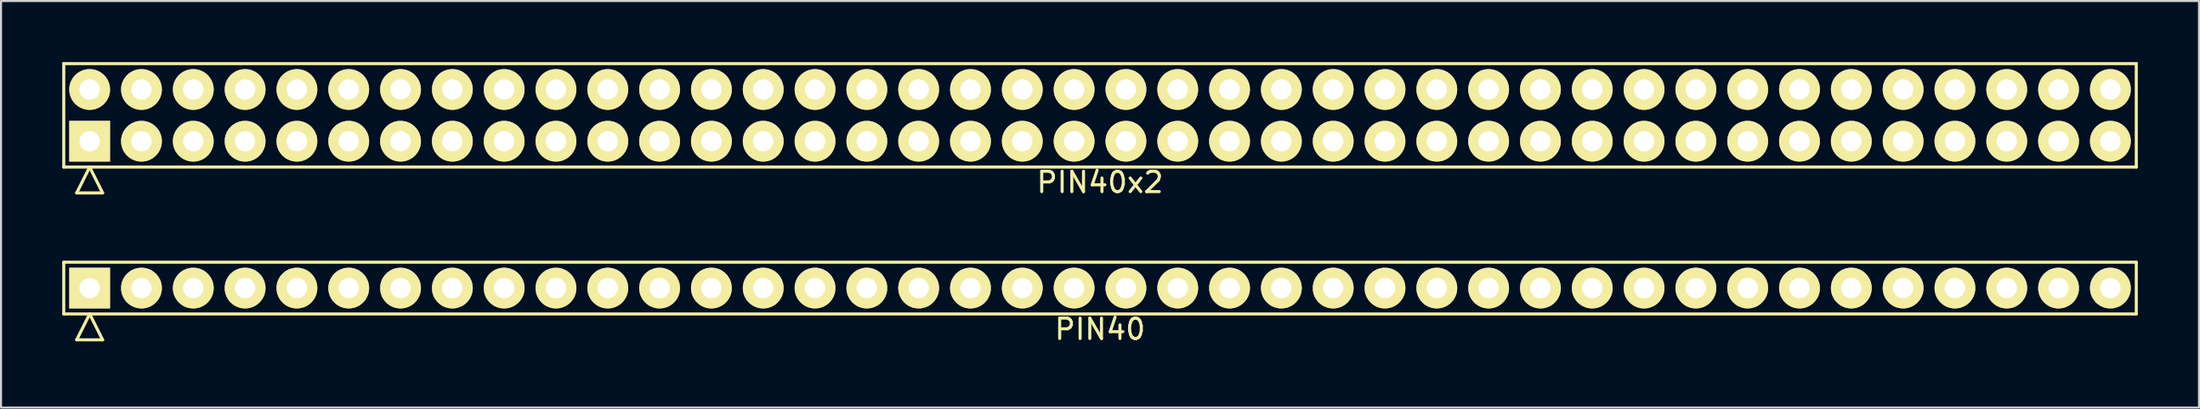
<source format=kicad_pcb>
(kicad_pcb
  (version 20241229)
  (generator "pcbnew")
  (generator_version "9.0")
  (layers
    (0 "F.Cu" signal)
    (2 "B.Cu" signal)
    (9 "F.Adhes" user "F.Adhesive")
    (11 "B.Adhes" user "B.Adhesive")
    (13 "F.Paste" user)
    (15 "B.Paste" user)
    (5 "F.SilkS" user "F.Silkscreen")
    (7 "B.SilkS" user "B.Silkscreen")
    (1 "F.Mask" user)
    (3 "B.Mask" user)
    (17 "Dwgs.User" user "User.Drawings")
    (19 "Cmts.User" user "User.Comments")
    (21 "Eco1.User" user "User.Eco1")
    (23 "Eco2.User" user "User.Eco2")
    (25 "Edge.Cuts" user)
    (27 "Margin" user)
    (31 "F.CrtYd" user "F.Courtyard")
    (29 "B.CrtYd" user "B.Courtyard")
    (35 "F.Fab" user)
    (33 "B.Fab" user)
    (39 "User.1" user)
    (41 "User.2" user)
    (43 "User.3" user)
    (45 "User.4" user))
  (footprint "PIN40x2"
    (layer "F.Cu")
    (at 50.875 2.615)
    (property "Reference" "PIN40x2" (at 0 3.29 0) (layer "F.SilkS") (effects (font (size 1 1) (thickness 0.15))))
    (attr through_hole)
    (fp_line (start -50.8 -2.54) (end -50.8 2.54) (stroke (width 0.15) (type solid)) (layer "F.SilkS"))
    (fp_line (start -50.8 2.54) (end 50.8 2.54) (stroke (width 0.15) (type solid)) (layer "F.SilkS"))
    (fp_line (start -50.165 3.81) (end -49.53 2.54) (stroke (width 0.15) (type solid)) (layer "F.SilkS"))
    (fp_line (start -50.165 3.81) (end -48.895 3.81) (stroke (width 0.15) (type solid)) (layer "F.SilkS"))
    (fp_line (start -48.895 3.81) (end -49.53 2.54) (stroke (width 0.15) (type solid)) (layer "F.SilkS"))
    (fp_line (start 50.8 -2.54) (end -50.8 -2.54) (stroke (width 0.15) (type solid)) (layer "F.SilkS"))
    (fp_line (start 50.8 2.54) (end 50.8 -2.54) (stroke (width 0.15) (type solid)) (layer "F.SilkS"))
    (pad "1" thru_hole rect (at -49.53 1.27) (size 2 2) (drill 1) (layers "*.Cu" "*.Mask" "F.SilkS"))
    (pad "2" thru_hole oval (at -49.53 -1.27) (size 2 2) (drill 1) (layers "*.Cu" "*.Mask" "F.SilkS"))
    (pad "3" thru_hole oval (at -46.99 1.27) (size 2 2) (drill 1) (layers "*.Cu" "*.Mask" "F.SilkS"))
    (pad "4" thru_hole oval (at -46.99 -1.27) (size 2 2) (drill 1) (layers "*.Cu" "*.Mask" "F.SilkS"))
    (pad "5" thru_hole oval (at -44.45 1.27) (size 2 2) (drill 1) (layers "*.Cu" "*.Mask" "F.SilkS"))
    (pad "6" thru_hole oval (at -44.45 -1.27) (size 2 2) (drill 1) (layers "*.Cu" "*.Mask" "F.SilkS"))
    (pad "7" thru_hole oval (at -41.91 1.27) (size 2 2) (drill 1) (layers "*.Cu" "*.Mask" "F.SilkS"))
    (pad "8" thru_hole oval (at -41.91 -1.27) (size 2 2) (drill 1) (layers "*.Cu" "*.Mask" "F.SilkS"))
    (pad "9" thru_hole oval (at -39.37 1.27) (size 2 2) (drill 1) (layers "*.Cu" "*.Mask" "F.SilkS"))
    (pad "10" thru_hole oval (at -39.37 -1.27) (size 2 2) (drill 1) (layers "*.Cu" "*.Mask" "F.SilkS"))
    (pad "11" thru_hole oval (at -36.83 1.27) (size 2 2) (drill 1) (layers "*.Cu" "*.Mask" "F.SilkS"))
    (pad "12" thru_hole oval (at -36.83 -1.27) (size 2 2) (drill 1) (layers "*.Cu" "*.Mask" "F.SilkS"))
    (pad "13" thru_hole oval (at -34.29 1.27) (size 2 2) (drill 1) (layers "*.Cu" "*.Mask" "F.SilkS"))
    (pad "14" thru_hole oval (at -34.29 -1.27) (size 2 2) (drill 1) (layers "*.Cu" "*.Mask" "F.SilkS"))
    (pad "15" thru_hole oval (at -31.75 1.27) (size 2 2) (drill 1) (layers "*.Cu" "*.Mask" "F.SilkS"))
    (pad "16" thru_hole oval (at -31.75 -1.27) (size 2 2) (drill 1) (layers "*.Cu" "*.Mask" "F.SilkS"))
    (pad "17" thru_hole oval (at -29.21 1.27) (size 2 2) (drill 1) (layers "*.Cu" "*.Mask" "F.SilkS"))
    (pad "18" thru_hole oval (at -29.21 -1.27) (size 2 2) (drill 1) (layers "*.Cu" "*.Mask" "F.SilkS"))
    (pad "19" thru_hole oval (at -26.67 1.27) (size 2 2) (drill 1) (layers "*.Cu" "*.Mask" "F.SilkS"))
    (pad "20" thru_hole oval (at -26.67 -1.27) (size 2 2) (drill 1) (layers "*.Cu" "*.Mask" "F.SilkS"))
    (pad "21" thru_hole oval (at -24.13 1.27) (size 2 2) (drill 1) (layers "*.Cu" "*.Mask" "F.SilkS"))
    (pad "22" thru_hole oval (at -24.13 -1.27) (size 2 2) (drill 1) (layers "*.Cu" "*.Mask" "F.SilkS"))
    (pad "23" thru_hole oval (at -21.59 1.27) (size 2 2) (drill 1) (layers "*.Cu" "*.Mask" "F.SilkS"))
    (pad "24" thru_hole oval (at -21.59 -1.27) (size 2 2) (drill 1) (layers "*.Cu" "*.Mask" "F.SilkS"))
    (pad "25" thru_hole oval (at -19.05 1.27) (size 2 2) (drill 1) (layers "*.Cu" "*.Mask" "F.SilkS"))
    (pad "26" thru_hole oval (at -19.05 -1.27) (size 2 2) (drill 1) (layers "*.Cu" "*.Mask" "F.SilkS"))
    (pad "27" thru_hole oval (at -16.51 1.27) (size 2 2) (drill 1) (layers "*.Cu" "*.Mask" "F.SilkS"))
    (pad "28" thru_hole oval (at -16.51 -1.27) (size 2 2) (drill 1) (layers "*.Cu" "*.Mask" "F.SilkS"))
    (pad "29" thru_hole oval (at -13.97 1.27) (size 2 2) (drill 1) (layers "*.Cu" "*.Mask" "F.SilkS"))
    (pad "30" thru_hole oval (at -13.97 -1.27) (size 2 2) (drill 1) (layers "*.Cu" "*.Mask" "F.SilkS"))
    (pad "31" thru_hole oval (at -11.43 1.27) (size 2 2) (drill 1) (layers "*.Cu" "*.Mask" "F.SilkS"))
    (pad "32" thru_hole oval (at -11.43 -1.27) (size 2 2) (drill 1) (layers "*.Cu" "*.Mask" "F.SilkS"))
    (pad "33" thru_hole oval (at -8.89 1.27) (size 2 2) (drill 1) (layers "*.Cu" "*.Mask" "F.SilkS"))
    (pad "34" thru_hole oval (at -8.89 -1.27) (size 2 2) (drill 1) (layers "*.Cu" "*.Mask" "F.SilkS"))
    (pad "35" thru_hole oval (at -6.35 1.27) (size 2 2) (drill 1) (layers "*.Cu" "*.Mask" "F.SilkS"))
    (pad "36" thru_hole oval (at -6.35 -1.27) (size 2 2) (drill 1) (layers "*.Cu" "*.Mask" "F.SilkS"))
    (pad "37" thru_hole oval (at -3.81 1.27) (size 2 2) (drill 1) (layers "*.Cu" "*.Mask" "F.SilkS"))
    (pad "38" thru_hole oval (at -3.81 -1.27) (size 2 2) (drill 1) (layers "*.Cu" "*.Mask" "F.SilkS"))
    (pad "39" thru_hole oval (at -1.27 1.27) (size 2 2) (drill 1) (layers "*.Cu" "*.Mask" "F.SilkS"))
    (pad "40" thru_hole oval (at -1.27 -1.27) (size 2 2) (drill 1) (layers "*.Cu" "*.Mask" "F.SilkS"))
    (pad "41" thru_hole oval (at 1.27 1.27) (size 2 2) (drill 1) (layers "*.Cu" "*.Mask" "F.SilkS"))
    (pad "42" thru_hole oval (at 1.27 -1.27) (size 2 2) (drill 1) (layers "*.Cu" "*.Mask" "F.SilkS"))
    (pad "43" thru_hole oval (at 3.81 1.27) (size 2 2) (drill 1) (layers "*.Cu" "*.Mask" "F.SilkS"))
    (pad "44" thru_hole oval (at 3.81 -1.27) (size 2 2) (drill 1) (layers "*.Cu" "*.Mask" "F.SilkS"))
    (pad "45" thru_hole oval (at 6.35 1.27) (size 2 2) (drill 1) (layers "*.Cu" "*.Mask" "F.SilkS"))
    (pad "46" thru_hole oval (at 6.35 -1.27) (size 2 2) (drill 1) (layers "*.Cu" "*.Mask" "F.SilkS"))
    (pad "47" thru_hole oval (at 8.89 1.27) (size 2 2) (drill 1) (layers "*.Cu" "*.Mask" "F.SilkS"))
    (pad "48" thru_hole oval (at 8.89 -1.27) (size 2 2) (drill 1) (layers "*.Cu" "*.Mask" "F.SilkS"))
    (pad "49" thru_hole oval (at 11.43 1.27) (size 2 2) (drill 1) (layers "*.Cu" "*.Mask" "F.SilkS"))
    (pad "50" thru_hole oval (at 11.43 -1.27) (size 2 2) (drill 1) (layers "*.Cu" "*.Mask" "F.SilkS"))
    (pad "51" thru_hole oval (at 13.97 1.27) (size 2 2) (drill 1) (layers "*.Cu" "*.Mask" "F.SilkS"))
    (pad "52" thru_hole oval (at 13.97 -1.27) (size 2 2) (drill 1) (layers "*.Cu" "*.Mask" "F.SilkS"))
    (pad "53" thru_hole oval (at 16.51 1.27) (size 2 2) (drill 1) (layers "*.Cu" "*.Mask" "F.SilkS"))
    (pad "54" thru_hole oval (at 16.51 -1.27) (size 2 2) (drill 1) (layers "*.Cu" "*.Mask" "F.SilkS"))
    (pad "55" thru_hole oval (at 19.05 1.27) (size 2 2) (drill 1) (layers "*.Cu" "*.Mask" "F.SilkS"))
    (pad "56" thru_hole oval (at 19.05 -1.27) (size 2 2) (drill 1) (layers "*.Cu" "*.Mask" "F.SilkS"))
    (pad "57" thru_hole oval (at 21.59 1.27) (size 2 2) (drill 1) (layers "*.Cu" "*.Mask" "F.SilkS"))
    (pad "58" thru_hole oval (at 21.59 -1.27) (size 2 2) (drill 1) (layers "*.Cu" "*.Mask" "F.SilkS"))
    (pad "59" thru_hole oval (at 24.13 1.27) (size 2 2) (drill 1) (layers "*.Cu" "*.Mask" "F.SilkS"))
    (pad "60" thru_hole oval (at 24.13 -1.27) (size 2 2) (drill 1) (layers "*.Cu" "*.Mask" "F.SilkS"))
    (pad "61" thru_hole oval (at 26.67 1.27) (size 2 2) (drill 1) (layers "*.Cu" "*.Mask" "F.SilkS"))
    (pad "62" thru_hole oval (at 26.67 -1.27) (size 2 2) (drill 1) (layers "*.Cu" "*.Mask" "F.SilkS"))
    (pad "63" thru_hole oval (at 29.21 1.27) (size 2 2) (drill 1) (layers "*.Cu" "*.Mask" "F.SilkS"))
    (pad "64" thru_hole oval (at 29.21 -1.27) (size 2 2) (drill 1) (layers "*.Cu" "*.Mask" "F.SilkS"))
    (pad "65" thru_hole oval (at 31.75 1.27) (size 2 2) (drill 1) (layers "*.Cu" "*.Mask" "F.SilkS"))
    (pad "66" thru_hole oval (at 31.75 -1.27) (size 2 2) (drill 1) (layers "*.Cu" "*.Mask" "F.SilkS"))
    (pad "67" thru_hole oval (at 34.29 1.27) (size 2 2) (drill 1) (layers "*.Cu" "*.Mask" "F.SilkS"))
    (pad "68" thru_hole oval (at 34.29 -1.27) (size 2 2) (drill 1) (layers "*.Cu" "*.Mask" "F.SilkS"))
    (pad "69" thru_hole oval (at 36.83 1.27) (size 2 2) (drill 1) (layers "*.Cu" "*.Mask" "F.SilkS"))
    (pad "70" thru_hole oval (at 36.83 -1.27) (size 2 2) (drill 1) (layers "*.Cu" "*.Mask" "F.SilkS"))
    (pad "71" thru_hole oval (at 39.37 1.27) (size 2 2) (drill 1) (layers "*.Cu" "*.Mask" "F.SilkS"))
    (pad "72" thru_hole oval (at 39.37 -1.27) (size 2 2) (drill 1) (layers "*.Cu" "*.Mask" "F.SilkS"))
    (pad "73" thru_hole oval (at 41.91 1.27) (size 2 2) (drill 1) (layers "*.Cu" "*.Mask" "F.SilkS"))
    (pad "74" thru_hole oval (at 41.91 -1.27) (size 2 2) (drill 1) (layers "*.Cu" "*.Mask" "F.SilkS"))
    (pad "75" thru_hole oval (at 44.45 1.27) (size 2 2) (drill 1) (layers "*.Cu" "*.Mask" "F.SilkS"))
    (pad "76" thru_hole oval (at 44.45 -1.27) (size 2 2) (drill 1) (layers "*.Cu" "*.Mask" "F.SilkS"))
    (pad "77" thru_hole oval (at 46.99 1.27) (size 2 2) (drill 1) (layers "*.Cu" "*.Mask" "F.SilkS"))
    (pad "78" thru_hole oval (at 46.99 -1.27) (size 2 2) (drill 1) (layers "*.Cu" "*.Mask" "F.SilkS"))
    (pad "79" thru_hole oval (at 49.53 1.27) (size 2 2) (drill 1) (layers "*.Cu" "*.Mask" "F.SilkS"))
    (pad "80" thru_hole oval (at 49.53 -1.27) (size 2 2) (drill 1) (layers "*.Cu" "*.Mask" "F.SilkS")))
  (footprint "PIN40"
    (layer "F.Cu")
    (at 50.875 11.098)
    (property "Reference" "PIN40" (at 0 2.02 0) (layer "F.SilkS") (effects (font (size 1 1) (thickness 0.15))))
    (attr through_hole)
    (fp_line (start -50.8 -1.27) (end -50.8 1.27) (stroke (width 0.15) (type solid)) (layer "F.SilkS"))
    (fp_line (start -50.8 1.27) (end 50.8 1.27) (stroke (width 0.15) (type solid)) (layer "F.SilkS"))
    (fp_line (start -50.165 2.54) (end -49.53 1.27) (stroke (width 0.15) (type solid)) (layer "F.SilkS"))
    (fp_line (start -50.165 2.54) (end -48.895 2.54) (stroke (width 0.15) (type solid)) (layer "F.SilkS"))
    (fp_line (start -48.895 2.54) (end -49.53 1.27) (stroke (width 0.15) (type solid)) (layer "F.SilkS"))
    (fp_line (start 50.8 -1.27) (end -50.8 -1.27) (stroke (width 0.15) (type solid)) (layer "F.SilkS"))
    (fp_line (start 50.8 1.27) (end 50.8 -1.27) (stroke (width 0.15) (type solid)) (layer "F.SilkS"))
    (pad "1" thru_hole rect (at -49.53 0) (size 2 2) (drill 1) (layers "*.Cu" "*.Mask" "F.SilkS"))
    (pad "2" thru_hole oval (at -46.99 0) (size 2 2) (drill 1) (layers "*.Cu" "*.Mask" "F.SilkS"))
    (pad "3" thru_hole oval (at -44.45 0) (size 2 2) (drill 1) (layers "*.Cu" "*.Mask" "F.SilkS"))
    (pad "4" thru_hole oval (at -41.91 0) (size 2 2) (drill 1) (layers "*.Cu" "*.Mask" "F.SilkS"))
    (pad "5" thru_hole oval (at -39.37 0) (size 2 2) (drill 1) (layers "*.Cu" "*.Mask" "F.SilkS"))
    (pad "6" thru_hole oval (at -36.83 0) (size 2 2) (drill 1) (layers "*.Cu" "*.Mask" "F.SilkS"))
    (pad "7" thru_hole oval (at -34.29 0) (size 2 2) (drill 1) (layers "*.Cu" "*.Mask" "F.SilkS"))
    (pad "8" thru_hole oval (at -31.75 0) (size 2 2) (drill 1) (layers "*.Cu" "*.Mask" "F.SilkS"))
    (pad "9" thru_hole oval (at -29.21 0) (size 2 2) (drill 1) (layers "*.Cu" "*.Mask" "F.SilkS"))
    (pad "10" thru_hole oval (at -26.67 0) (size 2 2) (drill 1) (layers "*.Cu" "*.Mask" "F.SilkS"))
    (pad "11" thru_hole oval (at -24.13 0) (size 2 2) (drill 1) (layers "*.Cu" "*.Mask" "F.SilkS"))
    (pad "12" thru_hole oval (at -21.59 0) (size 2 2) (drill 1) (layers "*.Cu" "*.Mask" "F.SilkS"))
    (pad "13" thru_hole oval (at -19.05 0) (size 2 2) (drill 1) (layers "*.Cu" "*.Mask" "F.SilkS"))
    (pad "14" thru_hole oval (at -16.51 0) (size 2 2) (drill 1) (layers "*.Cu" "*.Mask" "F.SilkS"))
    (pad "15" thru_hole oval (at -13.97 0) (size 2 2) (drill 1) (layers "*.Cu" "*.Mask" "F.SilkS"))
    (pad "16" thru_hole oval (at -11.43 0) (size 2 2) (drill 1) (layers "*.Cu" "*.Mask" "F.SilkS"))
    (pad "17" thru_hole oval (at -8.89 0) (size 2 2) (drill 1) (layers "*.Cu" "*.Mask" "F.SilkS"))
    (pad "18" thru_hole oval (at -6.35 0) (size 2 2) (drill 1) (layers "*.Cu" "*.Mask" "F.SilkS"))
    (pad "19" thru_hole oval (at -3.81 0) (size 2 2) (drill 1) (layers "*.Cu" "*.Mask" "F.SilkS"))
    (pad "20" thru_hole oval (at -1.27 0) (size 2 2) (drill 1) (layers "*.Cu" "*.Mask" "F.SilkS"))
    (pad "21" thru_hole oval (at 1.27 0) (size 2 2) (drill 1) (layers "*.Cu" "*.Mask" "F.SilkS"))
    (pad "22" thru_hole oval (at 3.81 0) (size 2 2) (drill 1) (layers "*.Cu" "*.Mask" "F.SilkS"))
    (pad "23" thru_hole oval (at 6.35 0) (size 2 2) (drill 1) (layers "*.Cu" "*.Mask" "F.SilkS"))
    (pad "24" thru_hole oval (at 8.89 0) (size 2 2) (drill 1) (layers "*.Cu" "*.Mask" "F.SilkS"))
    (pad "25" thru_hole oval (at 11.43 0) (size 2 2) (drill 1) (layers "*.Cu" "*.Mask" "F.SilkS"))
    (pad "26" thru_hole oval (at 13.97 0) (size 2 2) (drill 1) (layers "*.Cu" "*.Mask" "F.SilkS"))
    (pad "27" thru_hole oval (at 16.51 0) (size 2 2) (drill 1) (layers "*.Cu" "*.Mask" "F.SilkS"))
    (pad "28" thru_hole oval (at 19.05 0) (size 2 2) (drill 1) (layers "*.Cu" "*.Mask" "F.SilkS"))
    (pad "29" thru_hole oval (at 21.59 0) (size 2 2) (drill 1) (layers "*.Cu" "*.Mask" "F.SilkS"))
    (pad "30" thru_hole oval (at 24.13 0) (size 2 2) (drill 1) (layers "*.Cu" "*.Mask" "F.SilkS"))
    (pad "31" thru_hole oval (at 26.67 0) (size 2 2) (drill 1) (layers "*.Cu" "*.Mask" "F.SilkS"))
    (pad "32" thru_hole oval (at 29.21 0) (size 2 2) (drill 1) (layers "*.Cu" "*.Mask" "F.SilkS"))
    (pad "33" thru_hole oval (at 31.75 0) (size 2 2) (drill 1) (layers "*.Cu" "*.Mask" "F.SilkS"))
    (pad "34" thru_hole oval (at 34.29 0) (size 2 2) (drill 1) (layers "*.Cu" "*.Mask" "F.SilkS"))
    (pad "35" thru_hole oval (at 36.83 0) (size 2 2) (drill 1) (layers "*.Cu" "*.Mask" "F.SilkS"))
    (pad "36" thru_hole oval (at 39.37 0) (size 2 2) (drill 1) (layers "*.Cu" "*.Mask" "F.SilkS"))
    (pad "37" thru_hole oval (at 41.91 0) (size 2 2) (drill 1) (layers "*.Cu" "*.Mask" "F.SilkS"))
    (pad "38" thru_hole oval (at 44.45 0) (size 2 2) (drill 1) (layers "*.Cu" "*.Mask" "F.SilkS"))
    (pad "39" thru_hole oval (at 46.99 0) (size 2 2) (drill 1) (layers "*.Cu" "*.Mask" "F.SilkS"))
    (pad "40" thru_hole oval (at 49.53 0) (size 2 2) (drill 1) (layers "*.Cu" "*.Mask" "F.SilkS")))
  (gr_rect
    (start -3 -3)
    (end 104.75 16.966)
    (stroke (width 0.1) (type default))
    (fill no)
    (layer "Edge.Cuts")))
</source>
